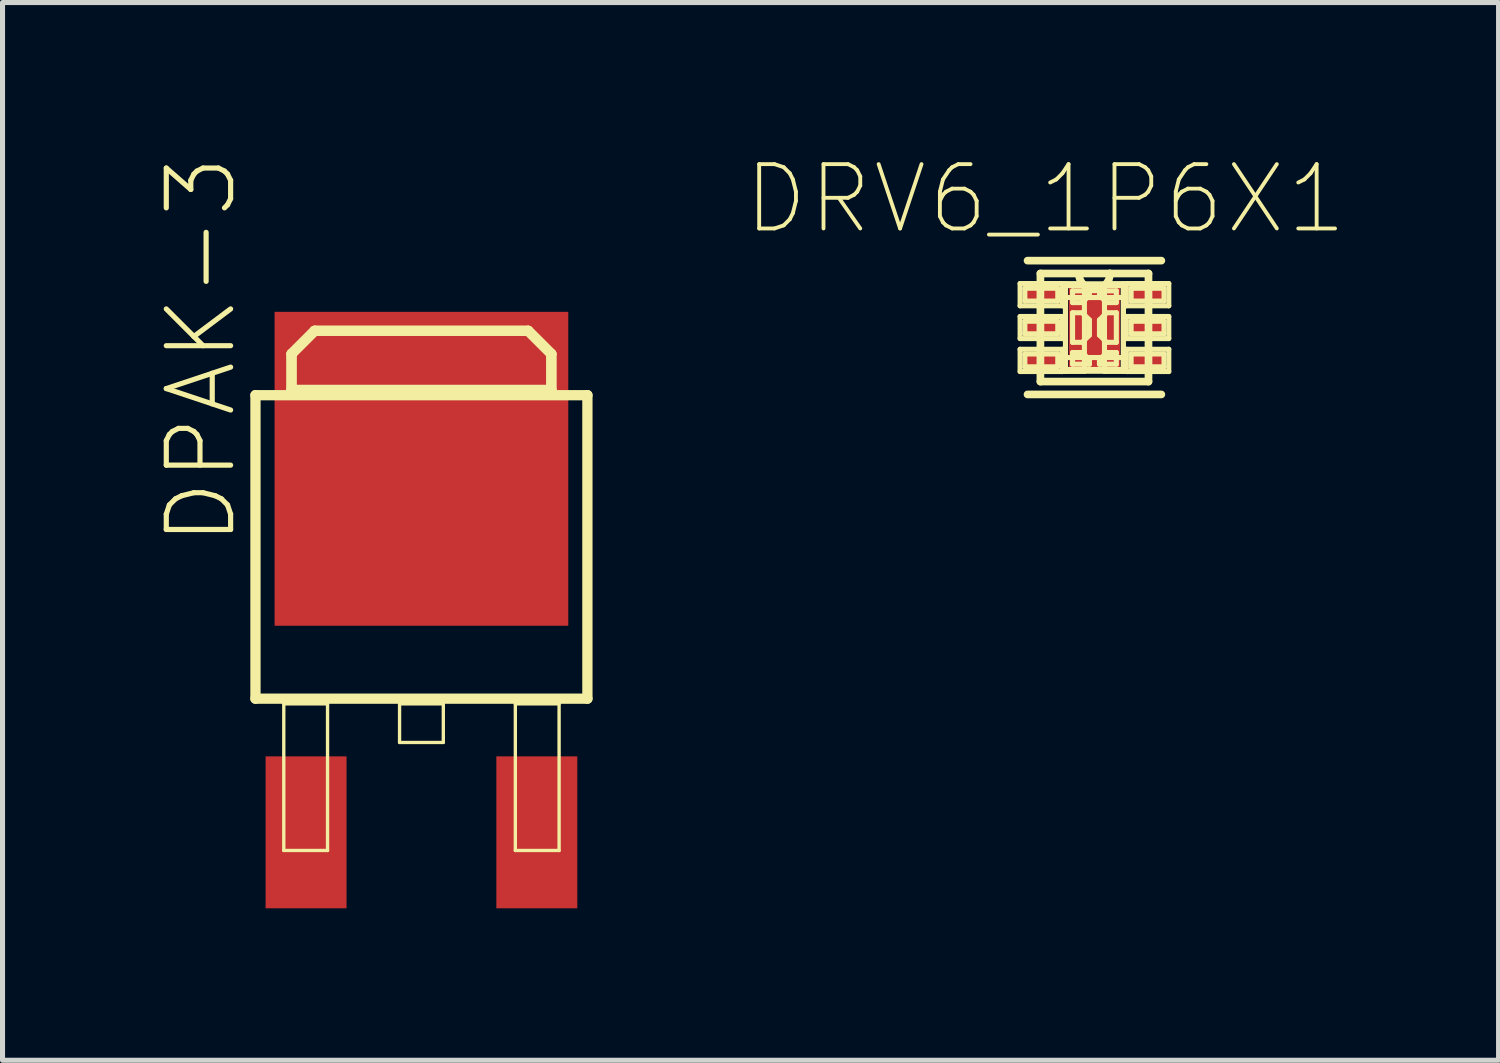
<source format=kicad_pcb>
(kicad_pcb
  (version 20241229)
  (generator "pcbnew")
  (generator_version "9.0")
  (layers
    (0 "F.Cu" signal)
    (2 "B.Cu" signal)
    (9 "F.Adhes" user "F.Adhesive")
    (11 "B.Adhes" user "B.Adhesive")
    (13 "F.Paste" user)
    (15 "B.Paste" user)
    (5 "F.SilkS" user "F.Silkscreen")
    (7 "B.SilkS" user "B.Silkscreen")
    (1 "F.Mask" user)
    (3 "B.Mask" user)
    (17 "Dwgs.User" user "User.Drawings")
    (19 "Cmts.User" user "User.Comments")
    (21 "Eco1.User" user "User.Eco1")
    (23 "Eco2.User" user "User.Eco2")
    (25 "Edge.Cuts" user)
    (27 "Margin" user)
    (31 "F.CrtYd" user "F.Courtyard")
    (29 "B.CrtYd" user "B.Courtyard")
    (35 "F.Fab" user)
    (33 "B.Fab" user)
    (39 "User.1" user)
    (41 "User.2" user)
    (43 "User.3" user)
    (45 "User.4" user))
  (footprint "DRV6_1P6X1"
    (layer "F.Cu")
    (at 18.559 3.417)
    (property "Reference" "DRV6_1P6X1" (at -0.965 -2.54 0) (layer "F.SilkS") (effects (font (size 1.27 1.27) (thickness 0.076))))
    (attr smd)
    (fp_line (start -1.468 -0.869) (end -1.468 -0.429) (stroke (width 0.1) (type solid)) (layer "F.SilkS"))
    (fp_line (start -1.468 -0.429) (end -0.63 -0.429) (stroke (width 0.1) (type solid)) (layer "F.SilkS"))
    (fp_line (start -1.468 -0.218) (end -1.468 0.218) (stroke (width 0.1) (type solid)) (layer "F.SilkS"))
    (fp_line (start -1.468 0.218) (end -0.63 0.218) (stroke (width 0.1) (type solid)) (layer "F.SilkS"))
    (fp_line (start -1.468 0.429) (end -1.468 0.869) (stroke (width 0.1) (type solid)) (layer "F.SilkS"))
    (fp_line (start -1.468 0.869) (end -0.63 0.869) (stroke (width 0.1) (type solid)) (layer "F.SilkS"))
    (fp_line (start -1.374 -0.775) (end -1.374 -0.523) (stroke (width 0.1) (type solid)) (layer "F.SilkS"))
    (fp_line (start -1.374 -0.523) (end -0.724 -0.523) (stroke (width 0.1) (type solid)) (layer "F.SilkS"))
    (fp_line (start -1.374 -0.124) (end -1.374 0.124) (stroke (width 0.1) (type solid)) (layer "F.SilkS"))
    (fp_line (start -1.374 0.124) (end -0.724 0.124) (stroke (width 0.1) (type solid)) (layer "F.SilkS"))
    (fp_line (start -1.374 0.523) (end -1.374 0.775) (stroke (width 0.1) (type solid)) (layer "F.SilkS"))
    (fp_line (start -1.374 0.775) (end -0.724 0.775) (stroke (width 0.1) (type solid)) (layer "F.SilkS"))
    (fp_line (start -1.321 1.321) (end 1.321 1.321) (stroke (width 0.152) (type solid)) (layer "F.SilkS"))
    (fp_line (start -1.067 -1.067) (end -1.067 1.067) (stroke (width 0.152) (type solid)) (layer "F.SilkS"))
    (fp_line (start -1.067 1.067) (end 1.067 1.067) (stroke (width 0.152) (type solid)) (layer "F.SilkS"))
    (fp_line (start -0.724 -0.775) (end -1.374 -0.775) (stroke (width 0.1) (type solid)) (layer "F.SilkS"))
    (fp_line (start -0.724 -0.523) (end -0.724 -0.775) (stroke (width 0.1) (type solid)) (layer "F.SilkS"))
    (fp_line (start -0.724 -0.124) (end -1.374 -0.124) (stroke (width 0.1) (type solid)) (layer "F.SilkS"))
    (fp_line (start -0.724 0.124) (end -0.724 -0.124) (stroke (width 0.1) (type solid)) (layer "F.SilkS"))
    (fp_line (start -0.724 0.523) (end -1.374 0.523) (stroke (width 0.1) (type solid)) (layer "F.SilkS"))
    (fp_line (start -0.724 0.775) (end -0.724 0.523) (stroke (width 0.1) (type solid)) (layer "F.SilkS"))
    (fp_line (start -0.63 -0.869) (end -1.468 -0.869) (stroke (width 0.1) (type solid)) (layer "F.SilkS"))
    (fp_line (start -0.63 -0.429) (end -0.63 -0.869) (stroke (width 0.1) (type solid)) (layer "F.SilkS"))
    (fp_line (start -0.63 -0.218) (end -1.468 -0.218) (stroke (width 0.1) (type solid)) (layer "F.SilkS"))
    (fp_line (start -0.63 0.218) (end -0.63 -0.218) (stroke (width 0.1) (type solid)) (layer "F.SilkS"))
    (fp_line (start -0.63 0.429) (end -1.468 0.429) (stroke (width 0.1) (type solid)) (layer "F.SilkS"))
    (fp_line (start -0.63 0.869) (end -0.63 0.429) (stroke (width 0.1) (type solid)) (layer "F.SilkS"))
    (fp_line (start -0.572 -0.864) (end -0.198 -0.864) (stroke (width 0.1) (type solid)) (layer "F.SilkS"))
    (fp_line (start -0.572 -0.864) (end 0.572 -0.864) (stroke (width 0.1) (type solid)) (layer "F.SilkS"))
    (fp_line (start -0.572 -0.828) (end 0.572 -0.828) (stroke (width 0.1) (type solid)) (layer "F.SilkS"))
    (fp_line (start -0.572 -0.592) (end -0.572 -0.864) (stroke (width 0.1) (type solid)) (layer "F.SilkS"))
    (fp_line (start -0.572 0.592) (end 0.572 0.592) (stroke (width 0.1) (type solid)) (layer "F.SilkS"))
    (fp_line (start -0.572 0.828) (end -0.572 -0.828) (stroke (width 0.1) (type solid)) (layer "F.SilkS"))
    (fp_line (start -0.572 0.864) (end -0.572 -0.864) (stroke (width 0.1) (type solid)) (layer "F.SilkS"))
    (fp_line (start -0.572 0.864) (end -0.572 0.592) (stroke (width 0.1) (type solid)) (layer "F.SilkS"))
    (fp_line (start -0.432 -0.724) (end -0.432 -0.493) (stroke (width 0.1) (type solid)) (layer "F.SilkS"))
    (fp_line (start -0.432 -0.493) (end -0.241 -0.493) (stroke (width 0.1) (type solid)) (layer "F.SilkS"))
    (fp_line (start -0.432 -0.292) (end -0.432 0.292) (stroke (width 0.1) (type solid)) (layer "F.SilkS"))
    (fp_line (start -0.432 0.292) (end -0.241 0.292) (stroke (width 0.1) (type solid)) (layer "F.SilkS"))
    (fp_line (start -0.432 0.493) (end -0.432 0.724) (stroke (width 0.1) (type solid)) (layer "F.SilkS"))
    (fp_line (start -0.432 0.724) (end -0.099 0.724) (stroke (width 0.1) (type solid)) (layer "F.SilkS"))
    (fp_line (start -0.241 -0.493) (end -0.099 -0.635) (stroke (width 0.1) (type solid)) (layer "F.SilkS"))
    (fp_line (start -0.241 -0.292) (end -0.432 -0.292) (stroke (width 0.1) (type solid)) (layer "F.SilkS"))
    (fp_line (start -0.241 0.292) (end -0.099 0.15) (stroke (width 0.1) (type solid)) (layer "F.SilkS"))
    (fp_line (start -0.241 0.493) (end -0.432 0.493) (stroke (width 0.1) (type solid)) (layer "F.SilkS"))
    (fp_line (start -0.198 -0.864) (end -0.198 0.864) (stroke (width 0.1) (type solid)) (layer "F.SilkS"))
    (fp_line (start -0.198 0.864) (end -0.572 0.864) (stroke (width 0.1) (type solid)) (layer "F.SilkS"))
    (fp_line (start -0.099 -0.724) (end -0.432 -0.724) (stroke (width 0.1) (type solid)) (layer "F.SilkS"))
    (fp_line (start -0.099 -0.635) (end -0.099 -0.724) (stroke (width 0.1) (type solid)) (layer "F.SilkS"))
    (fp_line (start -0.099 -0.15) (end -0.241 -0.292) (stroke (width 0.1) (type solid)) (layer "F.SilkS"))
    (fp_line (start -0.099 0.15) (end -0.099 -0.15) (stroke (width 0.1) (type solid)) (layer "F.SilkS"))
    (fp_line (start -0.099 0.635) (end -0.241 0.493) (stroke (width 0.1) (type solid)) (layer "F.SilkS"))
    (fp_line (start -0.099 0.724) (end -0.099 0.635) (stroke (width 0.1) (type solid)) (layer "F.SilkS"))
    (fp_line (start 0.099 -0.724) (end 0.099 -0.635) (stroke (width 0.1) (type solid)) (layer "F.SilkS"))
    (fp_line (start 0.099 -0.635) (end 0.241 -0.493) (stroke (width 0.1) (type solid)) (layer "F.SilkS"))
    (fp_line (start 0.099 -0.15) (end 0.099 0.15) (stroke (width 0.1) (type solid)) (layer "F.SilkS"))
    (fp_line (start 0.099 0.15) (end 0.241 0.292) (stroke (width 0.1) (type solid)) (layer "F.SilkS"))
    (fp_line (start 0.099 0.635) (end 0.099 0.724) (stroke (width 0.1) (type solid)) (layer "F.SilkS"))
    (fp_line (start 0.099 0.724) (end 0.432 0.724) (stroke (width 0.1) (type solid)) (layer "F.SilkS"))
    (fp_line (start 0.198 -0.864) (end 0.572 -0.864) (stroke (width 0.1) (type solid)) (layer "F.SilkS"))
    (fp_line (start 0.198 0.864) (end 0.198 -0.864) (stroke (width 0.1) (type solid)) (layer "F.SilkS"))
    (fp_line (start 0.241 -0.493) (end 0.432 -0.493) (stroke (width 0.1) (type solid)) (layer "F.SilkS"))
    (fp_line (start 0.241 -0.292) (end 0.099 -0.15) (stroke (width 0.1) (type solid)) (layer "F.SilkS"))
    (fp_line (start 0.241 0.292) (end 0.432 0.292) (stroke (width 0.1) (type solid)) (layer "F.SilkS"))
    (fp_line (start 0.241 0.493) (end 0.099 0.635) (stroke (width 0.1) (type solid)) (layer "F.SilkS"))
    (fp_line (start 0.305 -1.067) (end -1.067 -1.067) (stroke (width 0.152) (type solid)) (layer "F.SilkS"))
    (fp_line (start 0.432 -0.724) (end 0.099 -0.724) (stroke (width 0.1) (type solid)) (layer "F.SilkS"))
    (fp_line (start 0.432 -0.493) (end 0.432 -0.724) (stroke (width 0.1) (type solid)) (layer "F.SilkS"))
    (fp_line (start 0.432 -0.292) (end 0.241 -0.292) (stroke (width 0.1) (type solid)) (layer "F.SilkS"))
    (fp_line (start 0.432 0.292) (end 0.432 -0.292) (stroke (width 0.1) (type solid)) (layer "F.SilkS"))
    (fp_line (start 0.432 0.493) (end 0.241 0.493) (stroke (width 0.1) (type solid)) (layer "F.SilkS"))
    (fp_line (start 0.432 0.724) (end 0.432 0.493) (stroke (width 0.1) (type solid)) (layer "F.SilkS"))
    (fp_line (start 0.572 -0.864) (end 0.572 -0.592) (stroke (width 0.1) (type solid)) (layer "F.SilkS"))
    (fp_line (start 0.572 -0.864) (end 0.572 0.864) (stroke (width 0.1) (type solid)) (layer "F.SilkS"))
    (fp_line (start 0.572 -0.828) (end 0.572 0.828) (stroke (width 0.1) (type solid)) (layer "F.SilkS"))
    (fp_line (start 0.572 -0.592) (end -0.572 -0.592) (stroke (width 0.1) (type solid)) (layer "F.SilkS"))
    (fp_line (start 0.572 0.592) (end 0.572 0.864) (stroke (width 0.1) (type solid)) (layer "F.SilkS"))
    (fp_line (start 0.572 0.828) (end -0.572 0.828) (stroke (width 0.1) (type solid)) (layer "F.SilkS"))
    (fp_line (start 0.572 0.864) (end -0.572 0.864) (stroke (width 0.1) (type solid)) (layer "F.SilkS"))
    (fp_line (start 0.572 0.864) (end 0.198 0.864) (stroke (width 0.1) (type solid)) (layer "F.SilkS"))
    (fp_line (start 0.63 -0.869) (end 0.63 -0.429) (stroke (width 0.1) (type solid)) (layer "F.SilkS"))
    (fp_line (start 0.63 -0.429) (end 1.468 -0.429) (stroke (width 0.1) (type solid)) (layer "F.SilkS"))
    (fp_line (start 0.63 -0.218) (end 0.63 0.218) (stroke (width 0.1) (type solid)) (layer "F.SilkS"))
    (fp_line (start 0.63 0.218) (end 1.468 0.218) (stroke (width 0.1) (type solid)) (layer "F.SilkS"))
    (fp_line (start 0.63 0.429) (end 0.63 0.869) (stroke (width 0.1) (type solid)) (layer "F.SilkS"))
    (fp_line (start 0.63 0.869) (end 1.468 0.869) (stroke (width 0.1) (type solid)) (layer "F.SilkS"))
    (fp_line (start 0.724 -0.775) (end 0.724 -0.523) (stroke (width 0.1) (type solid)) (layer "F.SilkS"))
    (fp_line (start 0.724 -0.523) (end 1.374 -0.523) (stroke (width 0.1) (type solid)) (layer "F.SilkS"))
    (fp_line (start 0.724 -0.124) (end 0.724 0.124) (stroke (width 0.1) (type solid)) (layer "F.SilkS"))
    (fp_line (start 0.724 0.124) (end 1.374 0.124) (stroke (width 0.1) (type solid)) (layer "F.SilkS"))
    (fp_line (start 0.724 0.523) (end 0.724 0.775) (stroke (width 0.1) (type solid)) (layer "F.SilkS"))
    (fp_line (start 0.724 0.775) (end 1.374 0.775) (stroke (width 0.1) (type solid)) (layer "F.SilkS"))
    (fp_line (start 1.067 -1.067) (end 0.305 -1.067) (stroke (width 0.152) (type solid)) (layer "F.SilkS"))
    (fp_line (start 1.067 1.067) (end 1.067 -1.067) (stroke (width 0.152) (type solid)) (layer "F.SilkS"))
    (fp_line (start 1.321 -1.321) (end -1.321 -1.321) (stroke (width 0.152) (type solid)) (layer "F.SilkS"))
    (fp_line (start 1.374 -0.775) (end 0.724 -0.775) (stroke (width 0.1) (type solid)) (layer "F.SilkS"))
    (fp_line (start 1.374 -0.523) (end 1.374 -0.775) (stroke (width 0.1) (type solid)) (layer "F.SilkS"))
    (fp_line (start 1.374 -0.124) (end 0.724 -0.124) (stroke (width 0.1) (type solid)) (layer "F.SilkS"))
    (fp_line (start 1.374 0.124) (end 1.374 -0.124) (stroke (width 0.1) (type solid)) (layer "F.SilkS"))
    (fp_line (start 1.374 0.523) (end 0.724 0.523) (stroke (width 0.1) (type solid)) (layer "F.SilkS"))
    (fp_line (start 1.374 0.775) (end 1.374 0.523) (stroke (width 0.1) (type solid)) (layer "F.SilkS"))
    (fp_line (start 1.468 -0.869) (end 0.63 -0.869) (stroke (width 0.1) (type solid)) (layer "F.SilkS"))
    (fp_line (start 1.468 -0.429) (end 1.468 -0.869) (stroke (width 0.1) (type solid)) (layer "F.SilkS"))
    (fp_line (start 1.468 -0.218) (end 0.63 -0.218) (stroke (width 0.1) (type solid)) (layer "F.SilkS"))
    (fp_line (start 1.468 0.218) (end 1.468 -0.218) (stroke (width 0.1) (type solid)) (layer "F.SilkS"))
    (fp_line (start 1.468 0.429) (end 0.63 0.429) (stroke (width 0.1) (type solid)) (layer "F.SilkS"))
    (fp_line (start 1.468 0.869) (end 1.468 0.429) (stroke (width 0.1) (type solid)) (layer "F.SilkS"))
    (fp_arc (start 0.3048 -1.0668) (mid 0.0127 -0.7493) (end -0.3048 -1.0414) (stroke (width 0.1524) (type solid)) (layer "F.SilkS"))
    (pad "1" smd rect (at -1.049 -0.648) (size 0.699 0.3) (layers "F.Cu" "F.Mask" "F.Paste"))
    (pad "2" smd rect (at -1.049 0) (size 0.699 0.3) (layers "F.Cu" "F.Mask" "F.Paste"))
    (pad "3" smd rect (at -1.049 0.648) (size 0.699 0.3) (layers "F.Cu" "F.Mask" "F.Paste"))
    (pad "4" smd rect (at 1.049 0.648 180) (size 0.699 0.3) (layers "F.Cu" "F.Mask" "F.Paste"))
    (pad "5" smd rect (at 1.049 0 180) (size 0.699 0.3) (layers "F.Cu" "F.Mask" "F.Paste"))
    (pad "6" smd rect (at 1.049 -0.648 180) (size 0.699 0.3) (layers "F.Cu" "F.Mask" "F.Paste"))
    (pad "7" smd rect (at 0 0) (size 1.016 1.6) (layers "F.Cu" "F.Mask" "F.Paste")))
  (footprint "DPAK-3"
    (layer "F.Cu")
    (at 5.271 7.316)
    (property "Reference" "DPAK-3" (at -4.35 -3.45 90) (layer "F.SilkS") (effects (font (size 1.27 1.27) (thickness 0.102))))
    (attr smd)
    (fp_line (start -3.277 -2.563) (end 3.277 -2.563) (stroke (width 0.203) (type solid)) (layer "F.SilkS"))
    (fp_line (start -3.277 3.429) (end -3.277 -2.565) (stroke (width 0.203) (type solid)) (layer "F.SilkS"))
    (fp_line (start -2.718 3.531) (end -1.854 3.531) (stroke (width 0.066) (type solid)) (layer "F.SilkS"))
    (fp_line (start -2.718 6.426) (end -2.718 3.531) (stroke (width 0.066) (type solid)) (layer "F.SilkS"))
    (fp_line (start -2.718 6.426) (end -1.854 6.426) (stroke (width 0.066) (type solid)) (layer "F.SilkS"))
    (fp_line (start -2.565 -3.378) (end -2.108 -3.835) (stroke (width 0.198) (type solid)) (layer "F.SilkS"))
    (fp_line (start -2.565 -3.378) (end -2.108 -3.835) (stroke (width 0.203) (type solid)) (layer "F.SilkS"))
    (fp_line (start -2.565 -2.667) (end -2.565 -3.378) (stroke (width 0.198) (type solid)) (layer "F.SilkS"))
    (fp_line (start -2.565 -2.667) (end -2.565 -3.378) (stroke (width 0.203) (type solid)) (layer "F.SilkS"))
    (fp_line (start -2.108 -3.835) (end 2.108 -3.835) (stroke (width 0.198) (type solid)) (layer "F.SilkS"))
    (fp_line (start -2.108 -3.835) (end 2.108 -3.835) (stroke (width 0.203) (type solid)) (layer "F.SilkS"))
    (fp_line (start -1.854 6.426) (end -1.854 3.531) (stroke (width 0.066) (type solid)) (layer "F.SilkS"))
    (fp_line (start -0.432 3.531) (end 0.432 3.531) (stroke (width 0.066) (type solid)) (layer "F.SilkS"))
    (fp_line (start -0.432 4.293) (end -0.432 3.531) (stroke (width 0.066) (type solid)) (layer "F.SilkS"))
    (fp_line (start -0.432 4.293) (end 0.432 4.293) (stroke (width 0.066) (type solid)) (layer "F.SilkS"))
    (fp_line (start 0.432 4.293) (end 0.432 3.531) (stroke (width 0.066) (type solid)) (layer "F.SilkS"))
    (fp_line (start 1.854 3.531) (end 2.718 3.531) (stroke (width 0.066) (type solid)) (layer "F.SilkS"))
    (fp_line (start 1.854 6.426) (end 1.854 3.531) (stroke (width 0.066) (type solid)) (layer "F.SilkS"))
    (fp_line (start 1.854 6.426) (end 2.718 6.426) (stroke (width 0.066) (type solid)) (layer "F.SilkS"))
    (fp_line (start 2.108 -3.835) (end 2.565 -3.378) (stroke (width 0.198) (type solid)) (layer "F.SilkS"))
    (fp_line (start 2.108 -3.835) (end 2.565 -3.378) (stroke (width 0.203) (type solid)) (layer "F.SilkS"))
    (fp_line (start 2.565 -3.378) (end 2.565 -2.667) (stroke (width 0.198) (type solid)) (layer "F.SilkS"))
    (fp_line (start 2.565 -3.378) (end 2.565 -2.667) (stroke (width 0.203) (type solid)) (layer "F.SilkS"))
    (fp_line (start 2.565 -2.667) (end -2.565 -2.667) (stroke (width 0.198) (type solid)) (layer "F.SilkS"))
    (fp_line (start 2.565 -2.667) (end -2.565 -2.667) (stroke (width 0.203) (type solid)) (layer "F.SilkS"))
    (fp_line (start 2.718 6.426) (end 2.718 3.531) (stroke (width 0.066) (type solid)) (layer "F.SilkS"))
    (fp_line (start 3.277 -2.565) (end 3.277 3.429) (stroke (width 0.203) (type solid)) (layer "F.SilkS"))
    (fp_line (start 3.277 3.429) (end -3.277 3.429) (stroke (width 0.203) (type solid)) (layer "F.SilkS"))
    (pad "1" smd rect (at -2.278 6.068) (size 1.598 3) (layers "F.Cu" "F.Mask" "F.Paste"))
    (pad "2" smd rect (at 0 -1.11) (size 5.799 6.198) (layers "F.Cu" "F.Mask" "F.Paste"))
    (pad "3" smd rect (at 2.278 6.068) (size 1.598 3) (layers "F.Cu" "F.Mask" "F.Paste")))
  (gr_rect
    (start -3 -3)
    (end 26.538 17.884)
    (stroke (width 0.1) (type default))
    (fill no)
    (layer "Edge.Cuts")))
</source>
